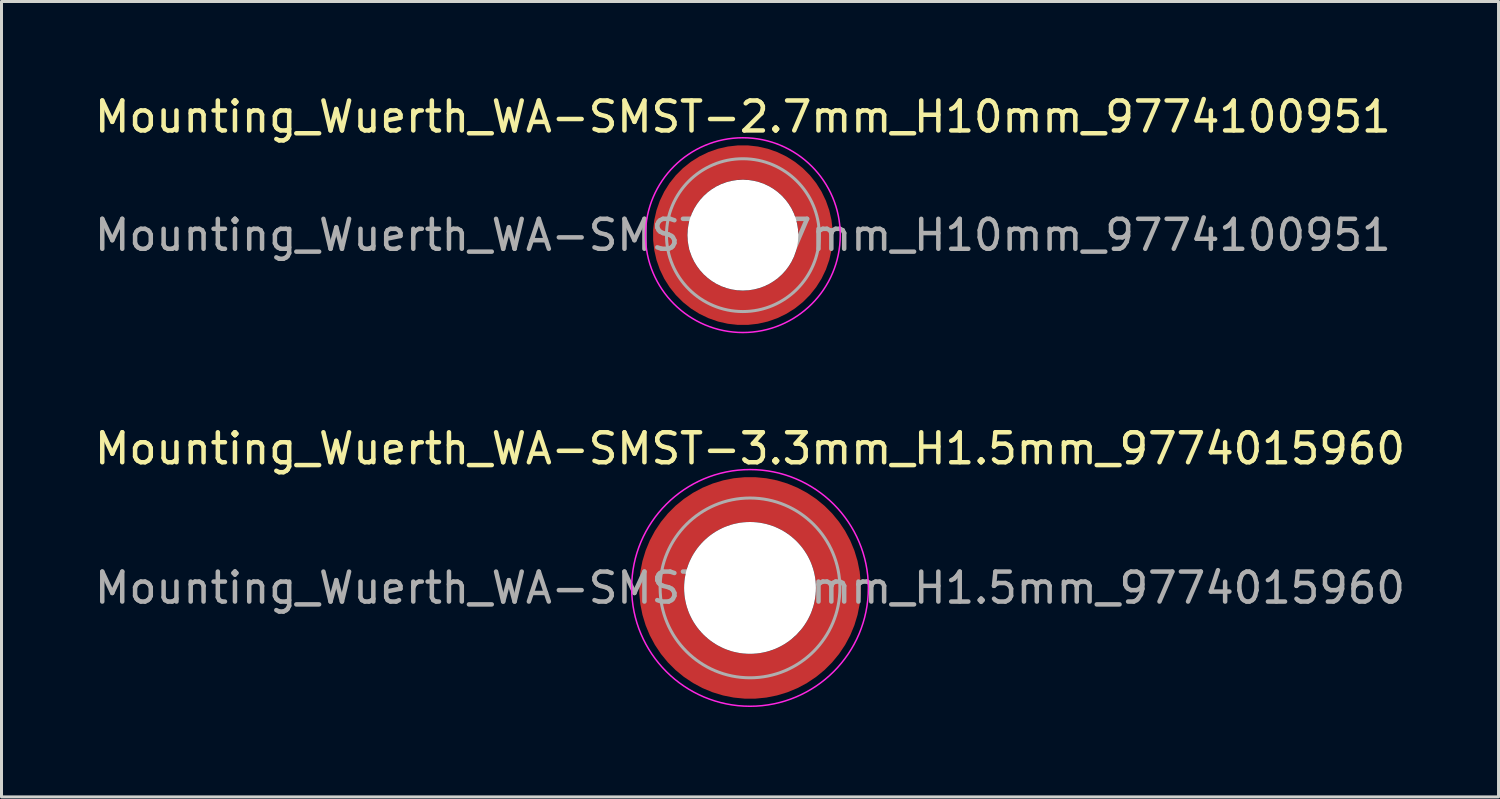
<source format=kicad_pcb>
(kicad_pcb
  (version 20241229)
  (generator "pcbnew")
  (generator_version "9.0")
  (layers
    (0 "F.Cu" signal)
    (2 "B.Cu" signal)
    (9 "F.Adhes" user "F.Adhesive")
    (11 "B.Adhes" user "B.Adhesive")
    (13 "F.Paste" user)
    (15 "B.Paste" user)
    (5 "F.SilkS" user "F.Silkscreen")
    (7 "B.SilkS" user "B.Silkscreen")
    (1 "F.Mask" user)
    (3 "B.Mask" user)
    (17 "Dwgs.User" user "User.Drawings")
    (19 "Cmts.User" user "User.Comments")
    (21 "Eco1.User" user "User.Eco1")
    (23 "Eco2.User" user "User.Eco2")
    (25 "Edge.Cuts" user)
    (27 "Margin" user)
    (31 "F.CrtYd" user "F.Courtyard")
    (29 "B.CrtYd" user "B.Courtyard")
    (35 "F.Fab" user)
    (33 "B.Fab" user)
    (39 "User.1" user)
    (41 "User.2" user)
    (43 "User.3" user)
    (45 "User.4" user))
  (footprint "Mounting_Wuerth_WA-SMST-3.3mm_H1.5mm_9774015960"
    (layer "F.Cu")
    (at 21.982 16.572)
    (property "Reference" "Mounting_Wuerth_WA-SMST-3.3mm_H1.5mm_9774015960" (at 0 -4.65 0) (layer "F.SilkS") (effects (font (size 1 1) (thickness 0.15))))
    (attr smd)
    (fp_circle (center 0 0) (end 3.95 0) (stroke (width 0.05) (type solid)) (fill no) (layer "F.CrtYd"))
    (fp_circle (center 0 0) (end 3 0) (stroke (width 0.1) (type solid)) (fill no) (layer "F.Fab"))
    (fp_text user "${REFERENCE}" (at 0 0 0) (layer "F.Fab") (effects (font (size 1 1) (thickness 0.15))))
    (pad "" smd custom (at -2.058 -2.058) (size 0.7 0.7) (layers "F.Paste") (options (anchor circle)) (primitives (gr_arc (start -0.377294 1.707681) (mid 0.317579 0.318817) (end 1.705947 -0.377044) (width 0.2)) (gr_arc (start -0.478281 1.707681) (mid 0.246161 0.248814) (end 1.703965 -0.477765) (width 0.2)) (gr_arc (start -0.579192 1.707681) (mid 0.175492 0.178063) (end 1.704077 -0.578711) (width 0.2)) (gr_arc (start -0.680037 1.707681) (mid 0.105568 0.106564) (end 1.706284 -0.679858) (width 0.2)) (gr_arc (start -0.780822 1.707681) (mid 0.034627 0.036085) (end 1.705634 -0.780569) (width 0.2)) (gr_arc (start -0.881554 1.707681) (mid -0.035694 -0.035016) (end 1.706729 -0.881441) (width 0.2)) (gr_arc (start -0.982237 1.707681) (mid -0.107281 -0.10485) (end 1.704266 -0.981842) (width 0.2)) (gr_arc (start -1.082877 1.707681) (mid -0.178372 -0.175181) (end 1.703197 -1.082374) (width 0.2)) (gr_arc (start -1.183476 1.707681) (mid -0.248964 -0.246008) (end 1.703525 -1.183025) (width 0.2)) (gr_arc (start -1.28404 1.707681) (mid -0.319062 -0.317333) (end 1.70525 -1.283784) (width 0.2)) (gr_line (start 1.708 -0.377) (end 1.708 -1.284) (width 0.2)) (gr_line (start -0.377 1.708) (end -1.284 1.708) (width 0.2))))
    (pad "" smd custom (at -2.058 2.058) (size 0.7 0.7) (layers "F.Paste") (options (anchor circle)) (primitives (gr_arc (start 1.707681 0.377294) (mid 0.318817 -0.317579) (end -0.377044 -1.705947) (width 0.2)) (gr_arc (start 1.707681 0.478281) (mid 0.248814 -0.246161) (end -0.477765 -1.703965) (width 0.2)) (gr_arc (start 1.707681 0.579192) (mid 0.178063 -0.175492) (end -0.578711 -1.704077) (width 0.2)) (gr_arc (start 1.707681 0.680037) (mid 0.106564 -0.105568) (end -0.679858 -1.706284) (width 0.2)) (gr_arc (start 1.707681 0.780822) (mid 0.036085 -0.034627) (end -0.780569 -1.705634) (width 0.2)) (gr_arc (start 1.707681 0.881554) (mid -0.035016 0.035694) (end -0.881441 -1.706729) (width 0.2)) (gr_arc (start 1.707681 0.982237) (mid -0.10485 0.107281) (end -0.981842 -1.704266) (width 0.2)) (gr_arc (start 1.707681 1.082877) (mid -0.175181 0.178372) (end -1.082374 -1.703197) (width 0.2)) (gr_arc (start 1.707681 1.183476) (mid -0.246008 0.248964) (end -1.183025 -1.703525) (width 0.2)) (gr_arc (start 1.707681 1.28404) (mid -0.317333 0.319062) (end -1.283784 -1.70525) (width 0.2)) (gr_line (start -0.377 -1.708) (end -1.284 -1.708) (width 0.2)) (gr_line (start 1.708 0.377) (end 1.708 1.284) (width 0.2))))
    (pad "" np_thru_hole circle (at 0 0) (size 4.4 4.4) (drill 4.4) (layers "*.Cu" "*.Mask"))
    (pad "" smd custom (at 2.058 -2.058) (size 0.7 0.7) (layers "F.Paste") (options (anchor circle)) (primitives (gr_arc (start -1.707681 -0.377294) (mid -0.318817 0.317579) (end 0.377044 1.705947) (width 0.2)) (gr_arc (start -1.707681 -0.478281) (mid -0.248814 0.246161) (end 0.477765 1.703965) (width 0.2)) (gr_arc (start -1.707681 -0.579192) (mid -0.178063 0.175492) (end 0.578711 1.704077) (width 0.2)) (gr_arc (start -1.707681 -0.680037) (mid -0.106564 0.105568) (end 0.679858 1.706284) (width 0.2)) (gr_arc (start -1.707681 -0.780822) (mid -0.036085 0.034627) (end 0.780569 1.705634) (width 0.2)) (gr_arc (start -1.707681 -0.881554) (mid 0.035016 -0.035694) (end 0.881441 1.706729) (width 0.2)) (gr_arc (start -1.707681 -0.982237) (mid 0.10485 -0.107281) (end 0.981842 1.704266) (width 0.2)) (gr_arc (start -1.707681 -1.082877) (mid 0.175181 -0.178372) (end 1.082374 1.703197) (width 0.2)) (gr_arc (start -1.707681 -1.183476) (mid 0.246008 -0.248964) (end 1.183025 1.703525) (width 0.2)) (gr_arc (start -1.707681 -1.28404) (mid 0.317333 -0.319062) (end 1.283784 1.70525) (width 0.2)) (gr_line (start 0.377 1.708) (end 1.284 1.708) (width 0.2)) (gr_line (start -1.708 -0.377) (end -1.708 -1.284) (width 0.2))))
    (pad "" smd custom (at 2.058 2.058) (size 0.7 0.7) (layers "F.Paste") (options (anchor circle)) (primitives (gr_arc (start 0.377294 -1.707681) (mid -0.317579 -0.318817) (end -1.705947 0.377044) (width 0.2)) (gr_arc (start 0.478281 -1.707681) (mid -0.246161 -0.248814) (end -1.703965 0.477765) (width 0.2)) (gr_arc (start 0.579192 -1.707681) (mid -0.175492 -0.178063) (end -1.704077 0.578711) (width 0.2)) (gr_arc (start 0.680037 -1.707681) (mid -0.105568 -0.106564) (end -1.706284 0.679858) (width 0.2)) (gr_arc (start 0.780822 -1.707681) (mid -0.034627 -0.036085) (end -1.705634 0.780569) (width 0.2)) (gr_arc (start 0.881554 -1.707681) (mid 0.035694 0.035016) (end -1.706729 0.881441) (width 0.2)) (gr_arc (start 0.982237 -1.707681) (mid 0.107281 0.10485) (end -1.704266 0.981842) (width 0.2)) (gr_arc (start 1.082877 -1.707681) (mid 0.178372 0.175181) (end -1.703197 1.082374) (width 0.2)) (gr_arc (start 1.183476 -1.707681) (mid 0.248964 0.246008) (end -1.703525 1.183025) (width 0.2)) (gr_arc (start 1.28404 -1.707681) (mid 0.319062 0.317333) (end -1.70525 1.283784) (width 0.2)) (gr_line (start -1.708 0.377) (end -1.708 1.284) (width 0.2)) (gr_line (start 0.377 -1.708) (end 1.284 -1.708) (width 0.2))))
    (pad "1" smd circle (at -2.95 0) (size 1.1 1.1) (layers "F.Cu"))
    (pad "1" smd circle (at 0 -2.95) (size 1.1 1.1) (layers "F.Cu"))
    (pad "1" smd circle (at 0 2.95) (size 1.1 1.1) (layers "F.Cu"))
    (pad "1" smd custom (at 2.95 0) (size 1.1 1.1) (layers "F.Cu" "F.Mask") (options (anchor circle)) (primitives (gr_circle (center -2.95 0) (end 0 0) (width 1.5) (fill no)))))
  (footprint "Mounting_Wuerth_WA-SMST-2.7mm_H10mm_9774100951"
    (layer "F.Cu")
    (at 21.744 4.798)
    (property "Reference" "Mounting_Wuerth_WA-SMST-2.7mm_H10mm_9774100951" (at 0 -3.95 0) (layer "F.SilkS") (effects (font (size 1 1) (thickness 0.15))))
    (attr smd)
    (fp_circle (center 0 0) (end 3.25 0) (stroke (width 0.05) (type solid)) (fill no) (layer "F.CrtYd"))
    (fp_circle (center 0 0) (end 2.55 0) (stroke (width 0.1) (type solid)) (fill no) (layer "F.Fab"))
    (fp_text user "${REFERENCE}" (at 0 0 0) (layer "F.Fab") (effects (font (size 1 1) (thickness 0.15))))
    (pad "" smd custom (at -1.704 -1.704) (size 0.62 0.62) (layers "F.Paste") (options (anchor circle)) (primitives (gr_arc (start -0.250195 1.279127) (mid 0.289146 0.290681) (end 1.277006 -0.249732) (width 0.2)) (gr_arc (start -0.34334 1.279127) (mid 0.224883 0.226093) (end 1.277452 -0.342992) (width 0.2)) (gr_arc (start -0.436309 1.279127) (mid 0.160537 0.16159) (end 1.277666 -0.436018) (width 0.2)) (gr_arc (start -0.529126 1.279127) (mid 0.095932 0.097343) (end 1.277167 -0.528752) (width 0.2)) (gr_arc (start -0.621807 1.279127) (mid 0.0309 0.033527) (end 1.275473 -0.621136) (width 0.2)) (gr_arc (start -0.71437 1.279127) (mid -0.03322 -0.031206) (end 1.276322 -0.713875) (width 0.2)) (gr_arc (start -0.806826 1.279127) (mid -0.097997 -0.095278) (end 1.275336 -0.806181) (width 0.2)) (gr_arc (start -0.899187 1.279127) (mid -0.161977 -0.160149) (end 1.276577 -0.898769) (width 0.2)) (gr_arc (start -0.991463 1.279127) (mid -0.226842 -0.224133) (end 1.275343 -0.990864) (width 0.2)) (gr_arc (start -1.083663 1.279127) (mid -0.291026 -0.288801) (end 1.276016 -1.083187) (width 0.2)) (gr_line (start 1.279 -0.25) (end 1.279 -1.084) (width 0.2)) (gr_line (start -0.25 1.279) (end -1.084 1.279) (width 0.2))))
    (pad "" smd custom (at -1.704 1.704) (size 0.62 0.62) (layers "F.Paste") (options (anchor circle)) (primitives (gr_arc (start 1.279127 0.250195) (mid 0.290681 -0.289146) (end -0.249732 -1.277006) (width 0.2)) (gr_arc (start 1.279127 0.34334) (mid 0.226093 -0.224883) (end -0.342992 -1.277452) (width 0.2)) (gr_arc (start 1.279127 0.436309) (mid 0.16159 -0.160537) (end -0.436018 -1.277666) (width 0.2)) (gr_arc (start 1.279127 0.529126) (mid 0.097343 -0.095932) (end -0.528752 -1.277167) (width 0.2)) (gr_arc (start 1.279127 0.621807) (mid 0.033527 -0.0309) (end -0.621136 -1.275473) (width 0.2)) (gr_arc (start 1.279127 0.71437) (mid -0.031206 0.03322) (end -0.713875 -1.276322) (width 0.2)) (gr_arc (start 1.279127 0.806826) (mid -0.095278 0.097997) (end -0.806181 -1.275336) (width 0.2)) (gr_arc (start 1.279127 0.899187) (mid -0.160149 0.161977) (end -0.898769 -1.276577) (width 0.2)) (gr_arc (start 1.279127 0.991463) (mid -0.224133 0.226842) (end -0.990864 -1.275343) (width 0.2)) (gr_arc (start 1.279127 1.083663) (mid -0.288801 0.291026) (end -1.083187 -1.276016) (width 0.2)) (gr_line (start -0.25 -1.279) (end -1.084 -1.279) (width 0.2)) (gr_line (start 1.279 0.25) (end 1.279 1.084) (width 0.2))))
    (pad "" np_thru_hole circle (at 0 0) (size 3.7 3.7) (drill 3.7) (layers "*.Cu" "*.Mask"))
    (pad "" smd custom (at 1.704 -1.704) (size 0.62 0.62) (layers "F.Paste") (options (anchor circle)) (primitives (gr_arc (start -1.279127 -0.250195) (mid -0.290681 0.289146) (end 0.249732 1.277006) (width 0.2)) (gr_arc (start -1.279127 -0.34334) (mid -0.226093 0.224883) (end 0.342992 1.277452) (width 0.2)) (gr_arc (start -1.279127 -0.436309) (mid -0.16159 0.160537) (end 0.436018 1.277666) (width 0.2)) (gr_arc (start -1.279127 -0.529126) (mid -0.097343 0.095932) (end 0.528752 1.277167) (width 0.2)) (gr_arc (start -1.279127 -0.621807) (mid -0.033527 0.0309) (end 0.621136 1.275473) (width 0.2)) (gr_arc (start -1.279127 -0.71437) (mid 0.031206 -0.03322) (end 0.713875 1.276322) (width 0.2)) (gr_arc (start -1.279127 -0.806826) (mid 0.095278 -0.097997) (end 0.806181 1.275336) (width 0.2)) (gr_arc (start -1.279127 -0.899187) (mid 0.160149 -0.161977) (end 0.898769 1.276577) (width 0.2)) (gr_arc (start -1.279127 -0.991463) (mid 0.224133 -0.226842) (end 0.990864 1.275343) (width 0.2)) (gr_arc (start -1.279127 -1.083663) (mid 0.288801 -0.291026) (end 1.083187 1.276016) (width 0.2)) (gr_line (start 0.25 1.279) (end 1.084 1.279) (width 0.2)) (gr_line (start -1.279 -0.25) (end -1.279 -1.084) (width 0.2))))
    (pad "" smd custom (at 1.704 1.704) (size 0.62 0.62) (layers "F.Paste") (options (anchor circle)) (primitives (gr_arc (start 0.250195 -1.279127) (mid -0.289146 -0.290681) (end -1.277006 0.249732) (width 0.2)) (gr_arc (start 0.34334 -1.279127) (mid -0.224883 -0.226093) (end -1.277452 0.342992) (width 0.2)) (gr_arc (start 0.436309 -1.279127) (mid -0.160537 -0.16159) (end -1.277666 0.436018) (width 0.2)) (gr_arc (start 0.529126 -1.279127) (mid -0.095932 -0.097343) (end -1.277167 0.528752) (width 0.2)) (gr_arc (start 0.621807 -1.279127) (mid -0.0309 -0.033527) (end -1.275473 0.621136) (width 0.2)) (gr_arc (start 0.71437 -1.279127) (mid 0.03322 0.031206) (end -1.276322 0.713875) (width 0.2)) (gr_arc (start 0.806826 -1.279127) (mid 0.097997 0.095278) (end -1.275336 0.806181) (width 0.2)) (gr_arc (start 0.899187 -1.279127) (mid 0.161977 0.160149) (end -1.276577 0.898769) (width 0.2)) (gr_arc (start 0.991463 -1.279127) (mid 0.226842 0.224133) (end -1.275343 0.990864) (width 0.2)) (gr_arc (start 1.083663 -1.279127) (mid 0.291026 0.288801) (end -1.276016 1.083187) (width 0.2)) (gr_line (start -1.279 0.25) (end -1.279 1.084) (width 0.2)) (gr_line (start 0.25 -1.279) (end 1.084 -1.279) (width 0.2))))
    (pad "1" smd circle (at -2.425 0) (size 0.75 0.75) (layers "F.Cu"))
    (pad "1" smd circle (at 0 -2.425) (size 0.75 0.75) (layers "F.Cu"))
    (pad "1" smd circle (at 0 2.425) (size 0.75 0.75) (layers "F.Cu"))
    (pad "1" smd custom (at 2.425 0) (size 0.75 0.75) (layers "F.Cu" "F.Mask") (options (anchor circle)) (primitives (gr_circle (center -2.425 0) (end 0 0) (width 1.15) (fill no)))))
  (gr_rect
    (start -3 -3)
    (end 46.964 23.547)
    (stroke (width 0.1) (type default))
    (fill no)
    (layer "Edge.Cuts")))
</source>
